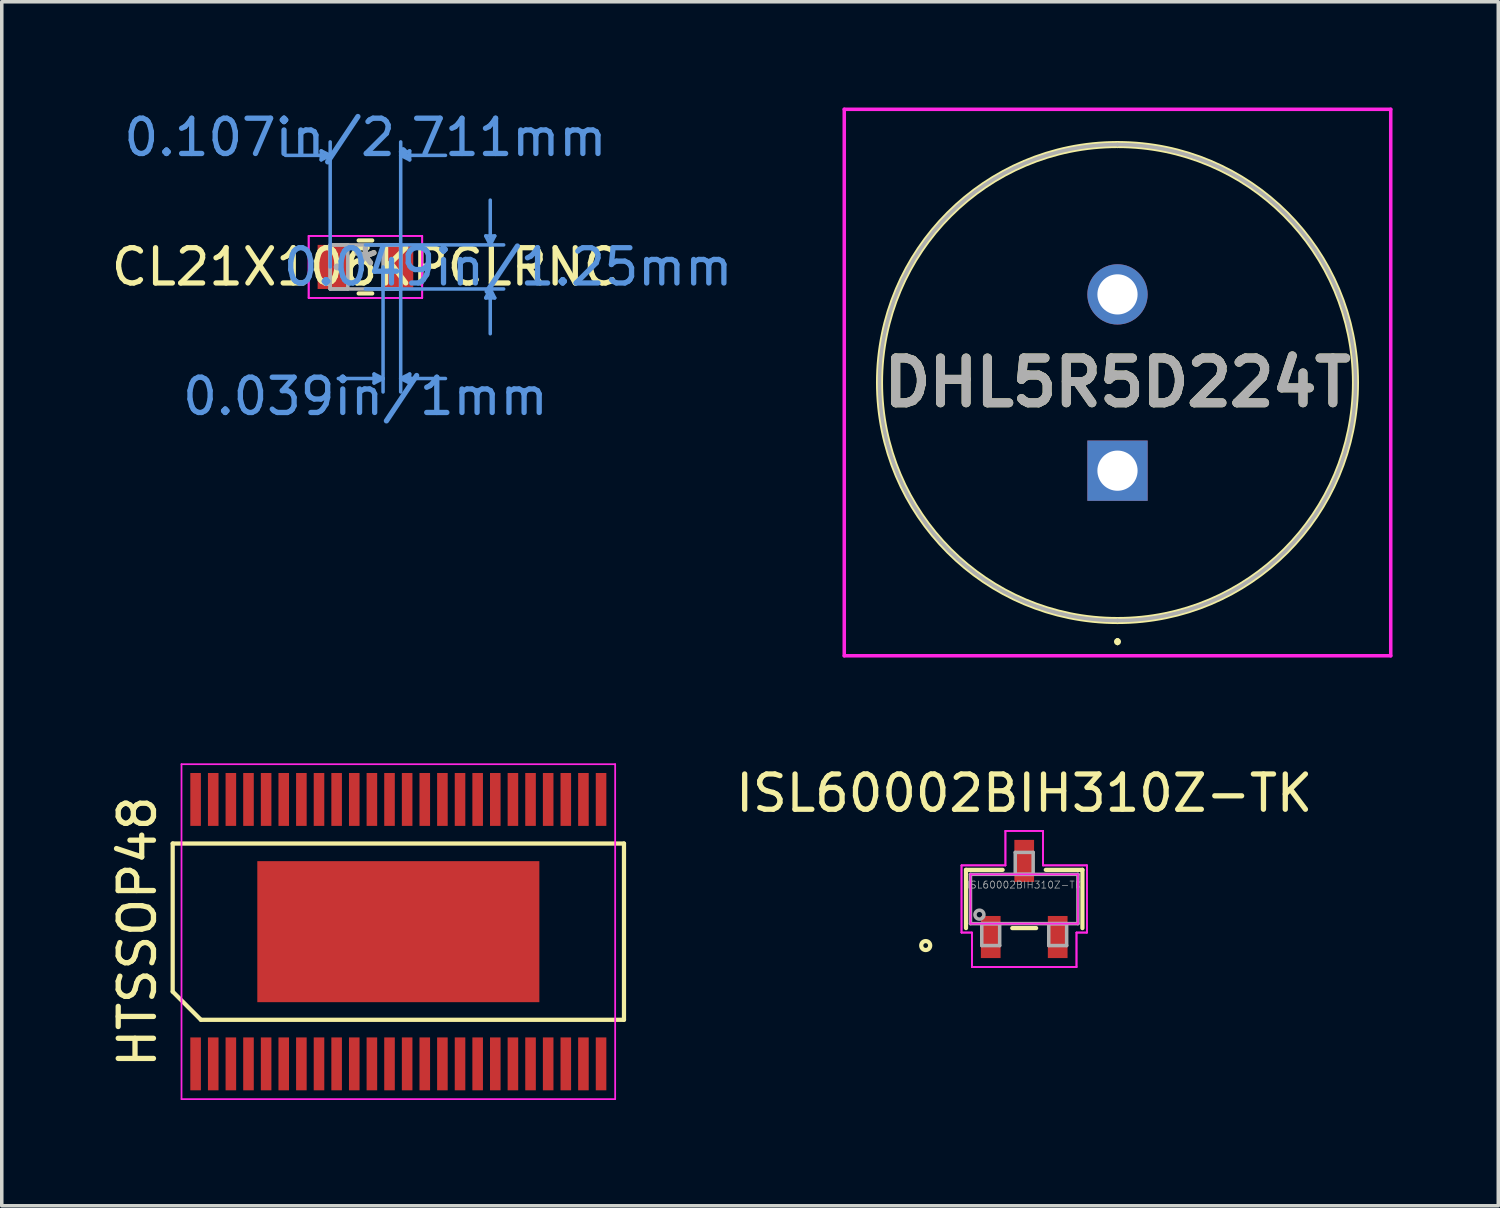
<source format=kicad_pcb>
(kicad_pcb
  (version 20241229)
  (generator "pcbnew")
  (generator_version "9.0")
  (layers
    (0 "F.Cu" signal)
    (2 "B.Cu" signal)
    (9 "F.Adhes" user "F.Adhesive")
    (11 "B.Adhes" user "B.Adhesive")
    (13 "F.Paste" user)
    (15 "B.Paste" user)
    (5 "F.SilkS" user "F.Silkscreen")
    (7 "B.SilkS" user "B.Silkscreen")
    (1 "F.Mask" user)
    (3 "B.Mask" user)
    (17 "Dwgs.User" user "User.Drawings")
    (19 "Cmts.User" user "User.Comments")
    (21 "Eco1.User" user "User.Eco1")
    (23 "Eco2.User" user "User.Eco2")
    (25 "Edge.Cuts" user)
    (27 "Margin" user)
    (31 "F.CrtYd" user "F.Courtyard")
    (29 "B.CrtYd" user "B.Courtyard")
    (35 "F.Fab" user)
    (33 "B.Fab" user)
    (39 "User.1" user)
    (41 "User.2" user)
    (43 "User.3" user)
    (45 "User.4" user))
  (footprint "ISL60002BIH310Z-TK"
    (layer "F.Cu")
    (at 26 22.448)
    (property "Reference" "ISL60002BIH310Z-TK" (at 0 -3 0) (layer "F.SilkS") (effects (font (size 1 1) (thickness 0.15))))
    (attr through_hole)
    (fp_line (start -1.651 -0.826) (end -1.651 0.826) (stroke (width 0.12) (type solid)) (layer "F.SilkS"))
    (fp_line (start -0.612 -0.826) (end -1.651 -0.826) (stroke (width 0.12) (type solid)) (layer "F.SilkS"))
    (fp_line (start -0.338 0.826) (end 0.338 0.826) (stroke (width 0.12) (type solid)) (layer "F.SilkS"))
    (fp_line (start 1.651 -0.826) (end 0.612 -0.826) (stroke (width 0.12) (type solid)) (layer "F.SilkS"))
    (fp_line (start 1.651 0.826) (end 1.651 -0.826) (stroke (width 0.12) (type solid)) (layer "F.SilkS"))
    (fp_circle (center -2.794 1.321) (end -2.667 1.321) (stroke (width 0.12) (type solid)) (fill no) (layer "F.SilkS"))
    (fp_line (start -1.778 -0.953) (end -0.533 -0.953) (stroke (width 0.05) (type solid)) (layer "F.CrtYd"))
    (fp_line (start -1.778 -0.953) (end -0.533 -0.953) (stroke (width 0.05) (type solid)) (layer "F.CrtYd"))
    (fp_line (start -1.778 0.953) (end -1.778 -0.953) (stroke (width 0.05) (type solid)) (layer "F.CrtYd"))
    (fp_line (start -1.778 0.953) (end -1.778 -0.953) (stroke (width 0.05) (type solid)) (layer "F.CrtYd"))
    (fp_line (start -1.778 0.953) (end -1.483 0.953) (stroke (width 0.05) (type solid)) (layer "F.CrtYd"))
    (fp_line (start -1.524 -0.699) (end 1.524 -0.699) (stroke (width 0.05) (type solid)) (layer "F.CrtYd"))
    (fp_line (start -1.524 0.699) (end -1.524 -0.699) (stroke (width 0.05) (type solid)) (layer "F.CrtYd"))
    (fp_line (start -1.483 0.953) (end -1.778 0.953) (stroke (width 0.05) (type solid)) (layer "F.CrtYd"))
    (fp_line (start -1.483 0.953) (end -1.483 1.93) (stroke (width 0.05) (type solid)) (layer "F.CrtYd"))
    (fp_line (start -1.483 1.93) (end -1.483 0.953) (stroke (width 0.05) (type solid)) (layer "F.CrtYd"))
    (fp_line (start -1.483 1.93) (end 1.483 1.93) (stroke (width 0.05) (type solid)) (layer "F.CrtYd"))
    (fp_line (start -0.533 -1.93) (end 0.533 -1.93) (stroke (width 0.05) (type solid)) (layer "F.CrtYd"))
    (fp_line (start -0.533 -1.93) (end 0.533 -1.93) (stroke (width 0.05) (type solid)) (layer "F.CrtYd"))
    (fp_line (start -0.533 -0.953) (end -0.533 -1.93) (stroke (width 0.05) (type solid)) (layer "F.CrtYd"))
    (fp_line (start -0.533 -0.953) (end -0.533 -1.93) (stroke (width 0.05) (type solid)) (layer "F.CrtYd"))
    (fp_line (start 0.533 -1.93) (end 0.533 -0.953) (stroke (width 0.05) (type solid)) (layer "F.CrtYd"))
    (fp_line (start 0.533 -0.953) (end 0.533 -1.93) (stroke (width 0.05) (type solid)) (layer "F.CrtYd"))
    (fp_line (start 0.533 -0.953) (end 1.778 -0.953) (stroke (width 0.05) (type solid)) (layer "F.CrtYd"))
    (fp_line (start 1.483 0.953) (end 1.483 1.93) (stroke (width 0.05) (type solid)) (layer "F.CrtYd"))
    (fp_line (start 1.483 0.953) (end 1.483 1.93) (stroke (width 0.05) (type solid)) (layer "F.CrtYd"))
    (fp_line (start 1.483 1.93) (end -1.483 1.93) (stroke (width 0.05) (type solid)) (layer "F.CrtYd"))
    (fp_line (start 1.524 -0.699) (end 1.524 0.699) (stroke (width 0.05) (type solid)) (layer "F.CrtYd"))
    (fp_line (start 1.524 0.699) (end -1.524 0.699) (stroke (width 0.05) (type solid)) (layer "F.CrtYd"))
    (fp_line (start 1.778 -0.953) (end 0.533 -0.953) (stroke (width 0.05) (type solid)) (layer "F.CrtYd"))
    (fp_line (start 1.778 -0.953) (end 1.778 0.953) (stroke (width 0.05) (type solid)) (layer "F.CrtYd"))
    (fp_line (start 1.778 -0.953) (end 1.778 0.953) (stroke (width 0.05) (type solid)) (layer "F.CrtYd"))
    (fp_line (start 1.778 0.953) (end 1.483 0.953) (stroke (width 0.05) (type solid)) (layer "F.CrtYd"))
    (fp_line (start 1.778 0.953) (end 1.483 0.953) (stroke (width 0.05) (type solid)) (layer "F.CrtYd"))
    (fp_line (start -1.524 -0.699) (end -1.524 0.699) (stroke (width 0.1) (type solid)) (layer "F.Fab"))
    (fp_line (start -1.524 0.699) (end 1.524 0.699) (stroke (width 0.1) (type solid)) (layer "F.Fab"))
    (fp_line (start -1.204 0.699) (end -1.204 1.321) (stroke (width 0.1) (type solid)) (layer "F.Fab"))
    (fp_line (start -1.204 1.321) (end -0.696 1.321) (stroke (width 0.1) (type solid)) (layer "F.Fab"))
    (fp_line (start -0.696 0.699) (end -1.204 0.699) (stroke (width 0.1) (type solid)) (layer "F.Fab"))
    (fp_line (start -0.696 1.321) (end -0.696 0.699) (stroke (width 0.1) (type solid)) (layer "F.Fab"))
    (fp_line (start -0.254 -1.321) (end -0.254 -0.699) (stroke (width 0.1) (type solid)) (layer "F.Fab"))
    (fp_line (start -0.254 -0.699) (end 0.254 -0.699) (stroke (width 0.1) (type solid)) (layer "F.Fab"))
    (fp_line (start 0.254 -1.321) (end -0.254 -1.321) (stroke (width 0.1) (type solid)) (layer "F.Fab"))
    (fp_line (start 0.254 -0.699) (end 0.254 -1.321) (stroke (width 0.1) (type solid)) (layer "F.Fab"))
    (fp_line (start 0.696 0.699) (end 0.696 1.321) (stroke (width 0.1) (type solid)) (layer "F.Fab"))
    (fp_line (start 0.696 1.321) (end 1.204 1.321) (stroke (width 0.1) (type solid)) (layer "F.Fab"))
    (fp_line (start 1.204 0.699) (end 0.696 0.699) (stroke (width 0.1) (type solid)) (layer "F.Fab"))
    (fp_line (start 1.204 1.321) (end 1.204 0.699) (stroke (width 0.1) (type solid)) (layer "F.Fab"))
    (fp_line (start 1.524 -0.699) (end -1.524 -0.699) (stroke (width 0.1) (type solid)) (layer "F.Fab"))
    (fp_line (start 1.524 0.699) (end 1.524 -0.699) (stroke (width 0.1) (type solid)) (layer "F.Fab"))
    (fp_circle (center -1.27 0.445) (end -1.143 0.445) (stroke (width 0.1) (type solid)) (fill no) (layer "F.Fab"))
    (fp_text user "${REFERENCE}" (at 0 -0.4 0) (unlocked yes) (layer "F.Fab") (effects (font (size 0.2 0.2) (thickness 0.02))))
    (pad "1" smd rect (at -0.95 1.079) (size 0.559 1.194) (layers "F.Cu" "F.Mask" "F.Paste"))
    (pad "2" smd rect (at 0.95 1.079) (size 0.559 1.194) (layers "F.Cu" "F.Mask" "F.Paste"))
    (pad "3" smd rect (at 0 -1.079) (size 0.559 1.194) (layers "F.Cu" "F.Mask" "F.Paste")))
  (footprint "DHL5R5D224T"
    (layer "F.Cu")
    (at 28.646 10.3)
    (property "Reference" "DHL5R5D224T" (at 0 -2.5 0) (layer "F.SilkS") (effects (font (size 1.27 1.27) (thickness 0.254))))
    (attr through_hole)
    (fp_line (start 0 -9.25) (end 0 -9.25) (stroke (width 0.2) (type solid)) (layer "F.SilkS"))
    (fp_line (start 0 4.25) (end 0 4.25) (stroke (width 0.2) (type solid)) (layer "F.SilkS"))
    (fp_line (start 0 4.8) (end 0 4.8) (stroke (width 0.1) (type solid)) (layer "F.SilkS"))
    (fp_line (start 0 4.9) (end 0 4.9) (stroke (width 0.1) (type solid)) (layer "F.SilkS"))
    (fp_arc (start 0 -9.25) (mid 6.75 -2.5) (end 0 4.25) (stroke (width 0.2) (type solid)) (layer "F.SilkS"))
    (fp_arc (start 0 4.25) (mid -6.75 -2.5) (end 0 -9.25) (stroke (width 0.2) (type solid)) (layer "F.SilkS"))
    (fp_arc (start 0 4.8) (mid 0.05 4.85) (end 0 4.9) (stroke (width 0.1) (type solid)) (layer "F.SilkS"))
    (fp_arc (start 0 4.9) (mid -0.05 4.85) (end 0 4.8) (stroke (width 0.1) (type solid)) (layer "F.SilkS"))
    (fp_line (start -7.75 -10.25) (end 7.75 -10.25) (stroke (width 0.1) (type solid)) (layer "F.CrtYd"))
    (fp_line (start -7.75 5.25) (end -7.75 -10.25) (stroke (width 0.1) (type solid)) (layer "F.CrtYd"))
    (fp_line (start 7.75 -10.25) (end 7.75 5.25) (stroke (width 0.1) (type solid)) (layer "F.CrtYd"))
    (fp_line (start 7.75 5.25) (end -7.75 5.25) (stroke (width 0.1) (type solid)) (layer "F.CrtYd"))
    (fp_line (start 0 -9.25) (end 0 -9.25) (stroke (width 0.1) (type solid)) (layer "F.Fab"))
    (fp_line (start 0 4.25) (end 0 4.25) (stroke (width 0.1) (type solid)) (layer "F.Fab"))
    (fp_arc (start 0 -9.25) (mid 6.75 -2.5) (end 0 4.25) (stroke (width 0.1) (type solid)) (layer "F.Fab"))
    (fp_arc (start 0 4.25) (mid -6.75 -2.5) (end 0 -9.25) (stroke (width 0.1) (type solid)) (layer "F.Fab"))
    (fp_text user "${REFERENCE}" (at 0 -2.5 0) (layer "F.Fab") (effects (font (size 1.27 1.27) (thickness 0.254))))
    (pad "1" thru_hole rect (at 0 0) (size 1.71 1.71) (drill 1.14) (layers "*.Cu" "*.Mask"))
    (pad "2" thru_hole circle (at 0 -5) (size 1.71 1.71) (drill 1.14) (layers "*.Cu" "*.Mask")))
  (footprint "CL21X106KPCLRNC"
    (layer "F.Cu")
    (at 7.315 4.521)
    (property "Reference" "CL21X106KPCLRNC" (at 0 0 0) (layer "F.SilkS") (effects (font (size 1 1) (thickness 0.15))))
    (attr through_hole)
    (fp_line (start -0.192 0.752) (end 0.192 0.752) (stroke (width 0.12) (type solid)) (layer "F.SilkS"))
    (fp_line (start 0.192 -0.752) (end -0.192 -0.752) (stroke (width 0.12) (type solid)) (layer "F.SilkS"))
    (fp_line (start -1.254 -3.292) (end -1.254 -3.038) (stroke (width 0.1) (type solid)) (layer "Cmts.User"))
    (fp_line (start -1 -3.165) (end -2.27 -3.165) (stroke (width 0.1) (type solid)) (layer "Cmts.User"))
    (fp_line (start -1 -3.165) (end -1.254 -3.292) (stroke (width 0.1) (type solid)) (layer "Cmts.User"))
    (fp_line (start -1 -3.165) (end -1.254 -3.038) (stroke (width 0.1) (type solid)) (layer "Cmts.User"))
    (fp_line (start -1 0) (end -1 -3.546) (stroke (width 0.1) (type solid)) (layer "Cmts.User"))
    (fp_line (start 0 -0.625) (end 3.921 -0.625) (stroke (width 0.1) (type solid)) (layer "Cmts.User"))
    (fp_line (start 0 0.625) (end 3.921 0.625) (stroke (width 0.1) (type solid)) (layer "Cmts.User"))
    (fp_line (start 0.246 3.038) (end 0.246 3.292) (stroke (width 0.1) (type solid)) (layer "Cmts.User"))
    (fp_line (start 0.5 0) (end 0.5 3.546) (stroke (width 0.1) (type solid)) (layer "Cmts.User"))
    (fp_line (start 0.5 3.165) (end -0.77 3.165) (stroke (width 0.1) (type solid)) (layer "Cmts.User"))
    (fp_line (start 0.5 3.165) (end 0.246 3.038) (stroke (width 0.1) (type solid)) (layer "Cmts.User"))
    (fp_line (start 0.5 3.165) (end 0.246 3.292) (stroke (width 0.1) (type solid)) (layer "Cmts.User"))
    (fp_line (start 1 -3.165) (end 1.254 -3.292) (stroke (width 0.1) (type solid)) (layer "Cmts.User"))
    (fp_line (start 1 -3.165) (end 1.254 -3.038) (stroke (width 0.1) (type solid)) (layer "Cmts.User"))
    (fp_line (start 1 -3.165) (end 2.27 -3.165) (stroke (width 0.1) (type solid)) (layer "Cmts.User"))
    (fp_line (start 1 0) (end 1 -3.546) (stroke (width 0.1) (type solid)) (layer "Cmts.User"))
    (fp_line (start 1 0) (end 1 3.546) (stroke (width 0.1) (type solid)) (layer "Cmts.User"))
    (fp_line (start 1 3.165) (end 1.254 3.038) (stroke (width 0.1) (type solid)) (layer "Cmts.User"))
    (fp_line (start 1 3.165) (end 1.254 3.292) (stroke (width 0.1) (type solid)) (layer "Cmts.User"))
    (fp_line (start 1 3.165) (end 2.27 3.165) (stroke (width 0.1) (type solid)) (layer "Cmts.User"))
    (fp_line (start 1.254 -3.292) (end 1.254 -3.038) (stroke (width 0.1) (type solid)) (layer "Cmts.User"))
    (fp_line (start 1.254 3.038) (end 1.254 3.292) (stroke (width 0.1) (type solid)) (layer "Cmts.User"))
    (fp_line (start 3.413 -0.879) (end 3.667 -0.879) (stroke (width 0.1) (type solid)) (layer "Cmts.User"))
    (fp_line (start 3.413 0.879) (end 3.667 0.879) (stroke (width 0.1) (type solid)) (layer "Cmts.User"))
    (fp_line (start 3.54 -0.625) (end 3.413 -0.879) (stroke (width 0.1) (type solid)) (layer "Cmts.User"))
    (fp_line (start 3.54 -0.625) (end 3.54 -1.895) (stroke (width 0.1) (type solid)) (layer "Cmts.User"))
    (fp_line (start 3.54 -0.625) (end 3.667 -0.879) (stroke (width 0.1) (type solid)) (layer "Cmts.User"))
    (fp_line (start 3.54 0.625) (end 3.413 0.879) (stroke (width 0.1) (type solid)) (layer "Cmts.User"))
    (fp_line (start 3.54 0.625) (end 3.54 1.895) (stroke (width 0.1) (type solid)) (layer "Cmts.User"))
    (fp_line (start 3.54 0.625) (end 3.667 0.879) (stroke (width 0.1) (type solid)) (layer "Cmts.User"))
    (fp_line (start -1.61 -0.879) (end 1.61 -0.879) (stroke (width 0.05) (type solid)) (layer "F.CrtYd"))
    (fp_line (start -1.61 -0.879) (end 1.61 -0.879) (stroke (width 0.05) (type solid)) (layer "F.CrtYd"))
    (fp_line (start -1.61 0.879) (end -1.61 -0.879) (stroke (width 0.05) (type solid)) (layer "F.CrtYd"))
    (fp_line (start -1.61 0.879) (end -1.61 -0.879) (stroke (width 0.05) (type solid)) (layer "F.CrtYd"))
    (fp_line (start 1.61 -0.879) (end 1.61 0.879) (stroke (width 0.05) (type solid)) (layer "F.CrtYd"))
    (fp_line (start 1.61 -0.879) (end 1.61 0.879) (stroke (width 0.05) (type solid)) (layer "F.CrtYd"))
    (fp_line (start 1.61 0.879) (end -1.61 0.879) (stroke (width 0.05) (type solid)) (layer "F.CrtYd"))
    (fp_line (start 1.61 0.879) (end -1.61 0.879) (stroke (width 0.05) (type solid)) (layer "F.CrtYd"))
    (fp_line (start -1 -0.625) (end -1 0.625) (stroke (width 0.1) (type solid)) (layer "F.Fab"))
    (fp_line (start -1 -0.625) (end -1 0.625) (stroke (width 0.1) (type solid)) (layer "F.Fab"))
    (fp_line (start -1 0.625) (end -0.5 0.625) (stroke (width 0.1) (type solid)) (layer "F.Fab"))
    (fp_line (start -1 0.625) (end 1 0.625) (stroke (width 0.1) (type solid)) (layer "F.Fab"))
    (fp_line (start -0.5 -0.625) (end -1 -0.625) (stroke (width 0.1) (type solid)) (layer "F.Fab"))
    (fp_line (start -0.5 0.625) (end -0.5 -0.625) (stroke (width 0.1) (type solid)) (layer "F.Fab"))
    (fp_line (start 0.5 -0.625) (end 0.5 0.625) (stroke (width 0.1) (type solid)) (layer "F.Fab"))
    (fp_line (start 0.5 0.625) (end 1 0.625) (stroke (width 0.1) (type solid)) (layer "F.Fab"))
    (fp_line (start 1 -0.625) (end -1 -0.625) (stroke (width 0.1) (type solid)) (layer "F.Fab"))
    (fp_line (start 1 -0.625) (end 0.5 -0.625) (stroke (width 0.1) (type solid)) (layer "F.Fab"))
    (fp_line (start 1 0.625) (end 1 -0.625) (stroke (width 0.1) (type solid)) (layer "F.Fab"))
    (fp_line (start 1 0.625) (end 1 -0.625) (stroke (width 0.1) (type solid)) (layer "F.Fab"))
    (fp_circle (center -0.801 0) (end -0.801 0) (stroke (width 0.1) (type solid)) (fill no) (layer "F.Fab"))
    (fp_text user "*" (at 0 0 0) (layer "F.SilkS") (effects (font (size 1 1) (thickness 0.15))))
    (fp_text user "0.107in/2.711mm" (at 0 -3.673 0) (layer "Cmts.User") (effects (font (size 1 1) (thickness 0.15))))
    (fp_text user "0.039in/1mm" (at 0 3.673 0) (layer "Cmts.User") (effects (font (size 1 1) (thickness 0.15))))
    (fp_text user "0.049in/1.25mm" (at 4.048 0 0) (layer "Cmts.User") (effects (font (size 1 1) (thickness 0.15))))
    (fp_text user "*" (at 0 0 0) (layer "F.Fab") (effects (font (size 1 1) (thickness 0.15))))
    (pad "1" smd rect (at -0.928 0) (size 0.856 1.25) (layers "F.Cu" "F.Mask" "F.Paste"))
    (pad "2" smd rect (at 0.928 0) (size 0.856 1.25) (layers "F.Cu" "F.Mask" "F.Paste")))
  (footprint "HTSSOP48"
    (layer "F.Cu")
    (at 8.248 23.375)
    (property "Reference" "HTSSOP48" (at -7.4 0 90) (layer "F.SilkS") (effects (font (size 1 1) (thickness 0.15))))
    (attr through_hole)
    (fp_line (start -6.4 -2.5) (end 6.4 -2.5) (stroke (width 0.12) (type default)) (layer "F.SilkS"))
    (fp_line (start -6.4 1.7) (end -6.4 -2.5) (stroke (width 0.12) (type default)) (layer "F.SilkS"))
    (fp_line (start -5.6 2.5) (end -6.4 1.7) (stroke (width 0.12) (type default)) (layer "F.SilkS"))
    (fp_line (start 6.4 -2.5) (end 6.4 2.5) (stroke (width 0.12) (type default)) (layer "F.SilkS"))
    (fp_line (start 6.4 2.5) (end -5.6 2.5) (stroke (width 0.12) (type default)) (layer "F.SilkS"))
    (fp_line (start -6.15 -4.75) (end 6.15 -4.75) (stroke (width 0.05) (type default)) (layer "F.CrtYd"))
    (fp_line (start -6.15 4.75) (end -6.15 -4.75) (stroke (width 0.05) (type default)) (layer "F.CrtYd"))
    (fp_line (start 6.15 -4.75) (end 6.15 4.75) (stroke (width 0.05) (type default)) (layer "F.CrtYd"))
    (fp_line (start 6.15 4.75) (end -6.15 4.75) (stroke (width 0.05) (type default)) (layer "F.CrtYd"))
    (pad "1" smd rect (at -5.75 3.75) (size 0.3 1.5) (layers "F.Cu" "F.Mask" "F.Paste"))
    (pad "2" smd rect (at -5.25 3.75) (size 0.3 1.5) (layers "F.Cu" "F.Mask" "F.Paste"))
    (pad "3" smd rect (at -4.75 3.75) (size 0.3 1.5) (layers "F.Cu" "F.Mask" "F.Paste"))
    (pad "4" smd rect (at -4.25 3.75) (size 0.3 1.5) (layers "F.Cu" "F.Mask" "F.Paste"))
    (pad "5" smd rect (at -3.75 3.75) (size 0.3 1.5) (layers "F.Cu" "F.Mask" "F.Paste"))
    (pad "6" smd rect (at -3.25 3.75) (size 0.3 1.5) (layers "F.Cu" "F.Mask" "F.Paste"))
    (pad "7" smd rect (at -2.75 3.75) (size 0.3 1.5) (layers "F.Cu" "F.Mask" "F.Paste"))
    (pad "8" smd rect (at -2.25 3.75) (size 0.3 1.5) (layers "F.Cu" "F.Mask" "F.Paste"))
    (pad "9" smd rect (at -1.75 3.75) (size 0.3 1.5) (layers "F.Cu" "F.Mask" "F.Paste"))
    (pad "10" smd rect (at -1.25 3.75) (size 0.3 1.5) (layers "F.Cu" "F.Mask" "F.Paste"))
    (pad "11" smd rect (at -0.75 3.75) (size 0.3 1.5) (layers "F.Cu" "F.Mask" "F.Paste"))
    (pad "12" smd rect (at -0.25 3.75) (size 0.3 1.5) (layers "F.Cu" "F.Mask" "F.Paste"))
    (pad "13" smd rect (at 0.25 3.75) (size 0.3 1.5) (layers "F.Cu" "F.Mask" "F.Paste"))
    (pad "14" smd rect (at 0.75 3.75) (size 0.3 1.5) (layers "F.Cu" "F.Mask" "F.Paste"))
    (pad "15" smd rect (at 1.25 3.75) (size 0.3 1.5) (layers "F.Cu" "F.Mask" "F.Paste"))
    (pad "16" smd rect (at 1.75 3.75) (size 0.3 1.5) (layers "F.Cu" "F.Mask" "F.Paste"))
    (pad "17" smd rect (at 2.25 3.75) (size 0.3 1.5) (layers "F.Cu" "F.Mask" "F.Paste"))
    (pad "18" smd rect (at 2.75 3.75) (size 0.3 1.5) (layers "F.Cu" "F.Mask" "F.Paste"))
    (pad "19" smd rect (at 3.25 3.75) (size 0.3 1.5) (layers "F.Cu" "F.Mask" "F.Paste"))
    (pad "20" smd rect (at 3.75 3.75) (size 0.3 1.5) (layers "F.Cu" "F.Mask" "F.Paste"))
    (pad "21" smd rect (at 4.25 3.75) (size 0.3 1.5) (layers "F.Cu" "F.Mask" "F.Paste"))
    (pad "22" smd rect (at 4.75 3.75) (size 0.3 1.5) (layers "F.Cu" "F.Mask" "F.Paste"))
    (pad "23" smd rect (at 5.25 3.75) (size 0.3 1.5) (layers "F.Cu" "F.Mask" "F.Paste"))
    (pad "24" smd rect (at 5.75 3.75) (size 0.3 1.5) (layers "F.Cu" "F.Mask" "F.Paste"))
    (pad "25" smd rect (at 5.75 -3.75) (size 0.3 1.5) (layers "F.Cu" "F.Mask" "F.Paste"))
    (pad "26" smd rect (at 5.25 -3.75) (size 0.3 1.5) (layers "F.Cu" "F.Mask" "F.Paste"))
    (pad "27" smd rect (at 4.75 -3.75) (size 0.3 1.5) (layers "F.Cu" "F.Mask" "F.Paste"))
    (pad "28" smd rect (at 4.25 -3.75) (size 0.3 1.5) (layers "F.Cu" "F.Mask" "F.Paste"))
    (pad "29" smd rect (at 3.75 -3.75) (size 0.3 1.5) (layers "F.Cu" "F.Mask" "F.Paste"))
    (pad "30" smd rect (at 3.25 -3.75) (size 0.3 1.5) (layers "F.Cu" "F.Mask" "F.Paste"))
    (pad "31" smd rect (at 2.75 -3.75) (size 0.3 1.5) (layers "F.Cu" "F.Mask" "F.Paste"))
    (pad "32" smd rect (at 2.25 -3.75) (size 0.3 1.5) (layers "F.Cu" "F.Mask" "F.Paste"))
    (pad "33" smd rect (at 1.75 -3.75) (size 0.3 1.5) (layers "F.Cu" "F.Mask" "F.Paste"))
    (pad "34" smd rect (at 1.25 -3.75) (size 0.3 1.5) (layers "F.Cu" "F.Mask" "F.Paste"))
    (pad "35" smd rect (at 0.75 -3.75) (size 0.3 1.5) (layers "F.Cu" "F.Mask" "F.Paste"))
    (pad "36" smd rect (at 0.25 -3.75) (size 0.3 1.5) (layers "F.Cu" "F.Mask" "F.Paste"))
    (pad "37" smd rect (at -0.25 -3.75) (size 0.3 1.5) (layers "F.Cu" "F.Mask" "F.Paste"))
    (pad "38" smd rect (at -0.75 -3.75) (size 0.3 1.5) (layers "F.Cu" "F.Mask" "F.Paste"))
    (pad "39" smd rect (at -1.25 -3.75) (size 0.3 1.5) (layers "F.Cu" "F.Mask" "F.Paste"))
    (pad "40" smd rect (at -1.75 -3.75) (size 0.3 1.5) (layers "F.Cu" "F.Mask" "F.Paste"))
    (pad "41" smd rect (at -2.25 -3.75) (size 0.3 1.5) (layers "F.Cu" "F.Mask" "F.Paste"))
    (pad "42" smd rect (at -2.75 -3.75) (size 0.3 1.5) (layers "F.Cu" "F.Mask" "F.Paste"))
    (pad "43" smd rect (at -3.25 -3.75) (size 0.3 1.5) (layers "F.Cu" "F.Mask" "F.Paste"))
    (pad "44" smd rect (at -3.75 -3.75) (size 0.3 1.5) (layers "F.Cu" "F.Mask" "F.Paste"))
    (pad "45" smd rect (at -4.25 -3.75) (size 0.3 1.5) (layers "F.Cu" "F.Mask" "F.Paste"))
    (pad "46" smd rect (at -4.75 -3.75) (size 0.3 1.5) (layers "F.Cu" "F.Mask" "F.Paste"))
    (pad "47" smd rect (at -5.25 -3.75) (size 0.3 1.5) (layers "F.Cu" "F.Mask" "F.Paste"))
    (pad "48" smd rect (at -5.75 -3.75) (size 0.3 1.5) (layers "F.Cu" "F.Mask" "F.Paste"))
    (pad "49" smd rect (at 0 0) (size 8 4) (layers "F.Cu" "F.Mask" "F.Paste")))
  (gr_rect
    (start -3 -3)
    (end 39.446 31.15)
    (stroke (width 0.1) (type default))
    (fill no)
    (layer "Edge.Cuts")))
</source>
